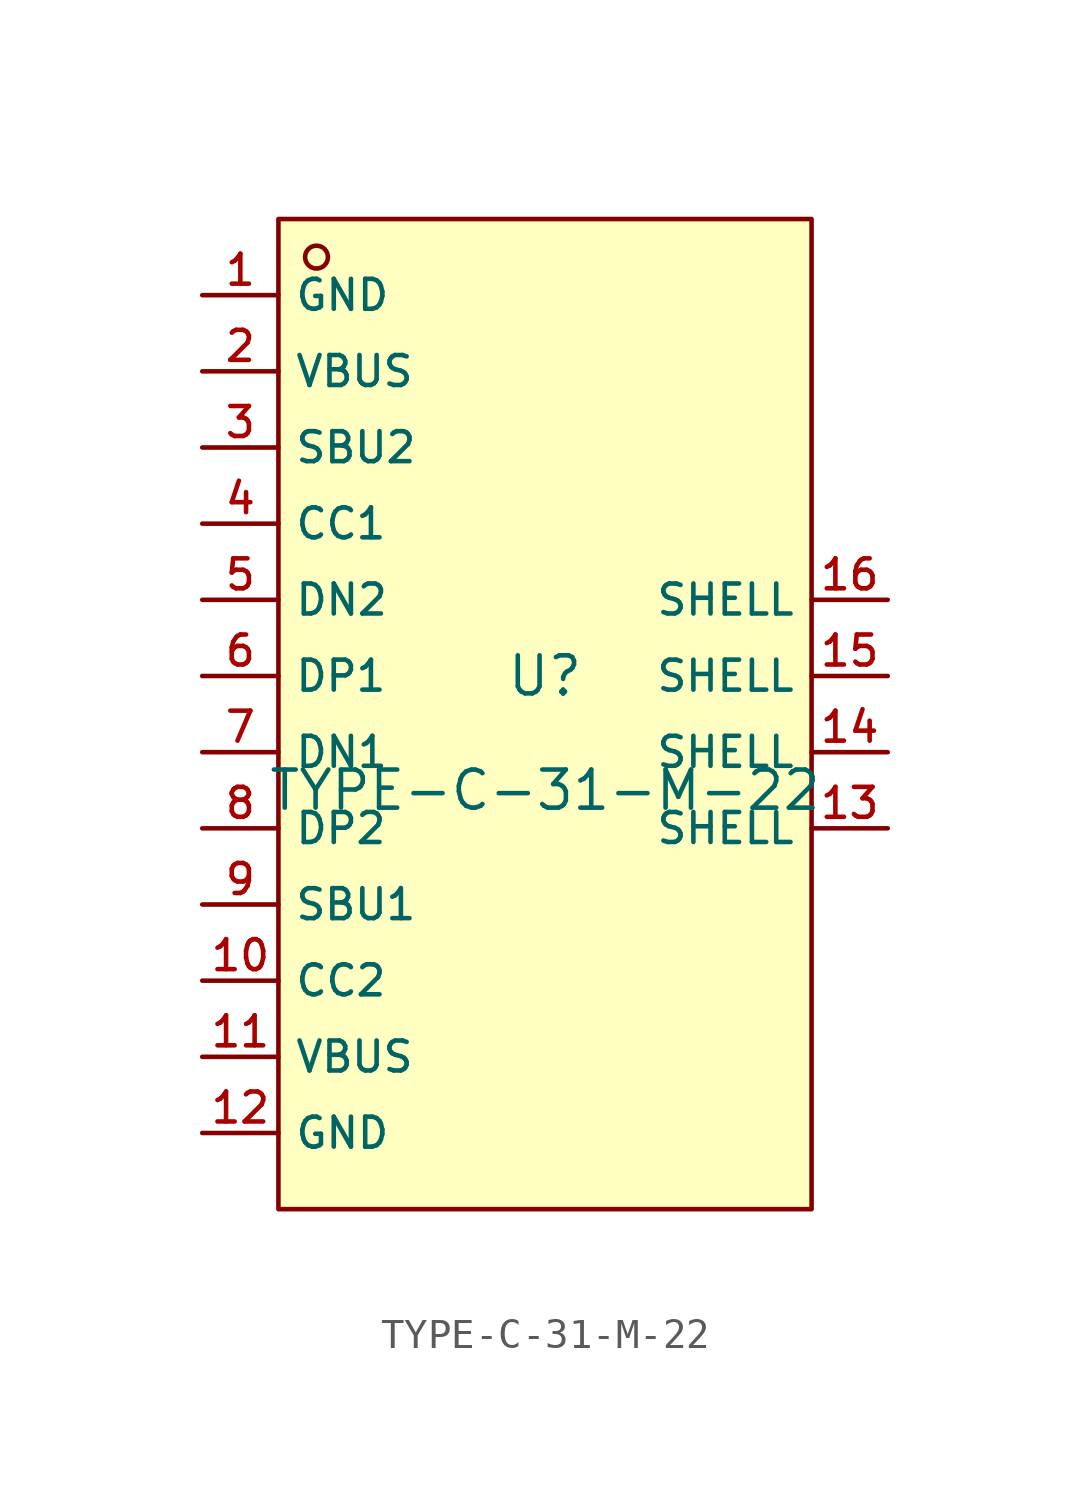
<source format=kicad_sym>
(kicad_symbol_lib
  (version 20210201)
  (generator TousstNicolas/JLC2KiCad_lib)
  (symbol "TYPE-C-31-M-22"
    (property "Reference" "U"
      (at 0 1.27 0)
      (effects (font (size 1.27 1.27))))
    (property "Value" "TYPE-C-31-M-22"
      (at 0 -2.54 0)
      (effects (font (size 1.27 1.27))))
    (symbol "TYPE-C-31-M-22_0_1"
      (rectangle (start -8.89 16.51) (end 8.89 -16.51) (stroke (width 0) (type default) (color 0 0 0 0)) (fill (type background)))
      (circle (center -7.62 15.24) (radius 0.381) (stroke (width 0) (type default) (color 0 0 0 0)) (fill (type background)))
      (pin unspecified line (at -11.43 13.97 0) (length 2.54) (name "GND" (effects (font (size 1 1)))) (number "1" (effects (font (size 1 1)))))
      (pin unspecified line (at -11.43 11.43 0) (length 2.54) (name "VBUS" (effects (font (size 1 1)))) (number "2" (effects (font (size 1 1)))))
      (pin unspecified line (at -11.43 8.89 0) (length 2.54) (name "SBU2" (effects (font (size 1 1)))) (number "3" (effects (font (size 1 1)))))
      (pin unspecified line (at -11.43 6.35 0) (length 2.54) (name "CC1" (effects (font (size 1 1)))) (number "4" (effects (font (size 1 1)))))
      (pin unspecified line (at -11.43 3.81 0) (length 2.54) (name "DN2" (effects (font (size 1 1)))) (number "5" (effects (font (size 1 1)))))
      (pin unspecified line (at -11.43 1.27 0) (length 2.54) (name "DP1" (effects (font (size 1 1)))) (number "6" (effects (font (size 1 1)))))
      (pin unspecified line (at -11.43 -1.27 0) (length 2.54) (name "DN1" (effects (font (size 1 1)))) (number "7" (effects (font (size 1 1)))))
      (pin unspecified line (at -11.43 -3.81 0) (length 2.54) (name "DP2" (effects (font (size 1 1)))) (number "8" (effects (font (size 1 1)))))
      (pin unspecified line (at -11.43 -6.35 0) (length 2.54) (name "SBU1" (effects (font (size 1 1)))) (number "9" (effects (font (size 1 1)))))
      (pin unspecified line (at -11.43 -8.89 0) (length 2.54) (name "CC2" (effects (font (size 1 1)))) (number "10" (effects (font (size 1 1)))))
      (pin unspecified line (at -11.43 -11.43 0) (length 2.54) (name "VBUS" (effects (font (size 1 1)))) (number "11" (effects (font (size 1 1)))))
      (pin unspecified line (at -11.43 -13.97 0) (length 2.54) (name "GND" (effects (font (size 1 1)))) (number "12" (effects (font (size 1 1)))))
      (pin unspecified line (at 11.43 -3.81 180) (length 2.54) (name "SHELL" (effects (font (size 1 1)))) (number "13" (effects (font (size 1 1)))))
      (pin unspecified line (at 11.43 -1.27 180) (length 2.54) (name "SHELL" (effects (font (size 1 1)))) (number "14" (effects (font (size 1 1)))))
      (pin unspecified line (at 11.43 1.27 180) (length 2.54) (name "SHELL" (effects (font (size 1 1)))) (number "15" (effects (font (size 1 1)))))
      (pin unspecified line (at 11.43 3.81 180) (length 2.54) (name "SHELL" (effects (font (size 1 1)))) (number "16" (effects (font (size 1 1))))))))
</source>
